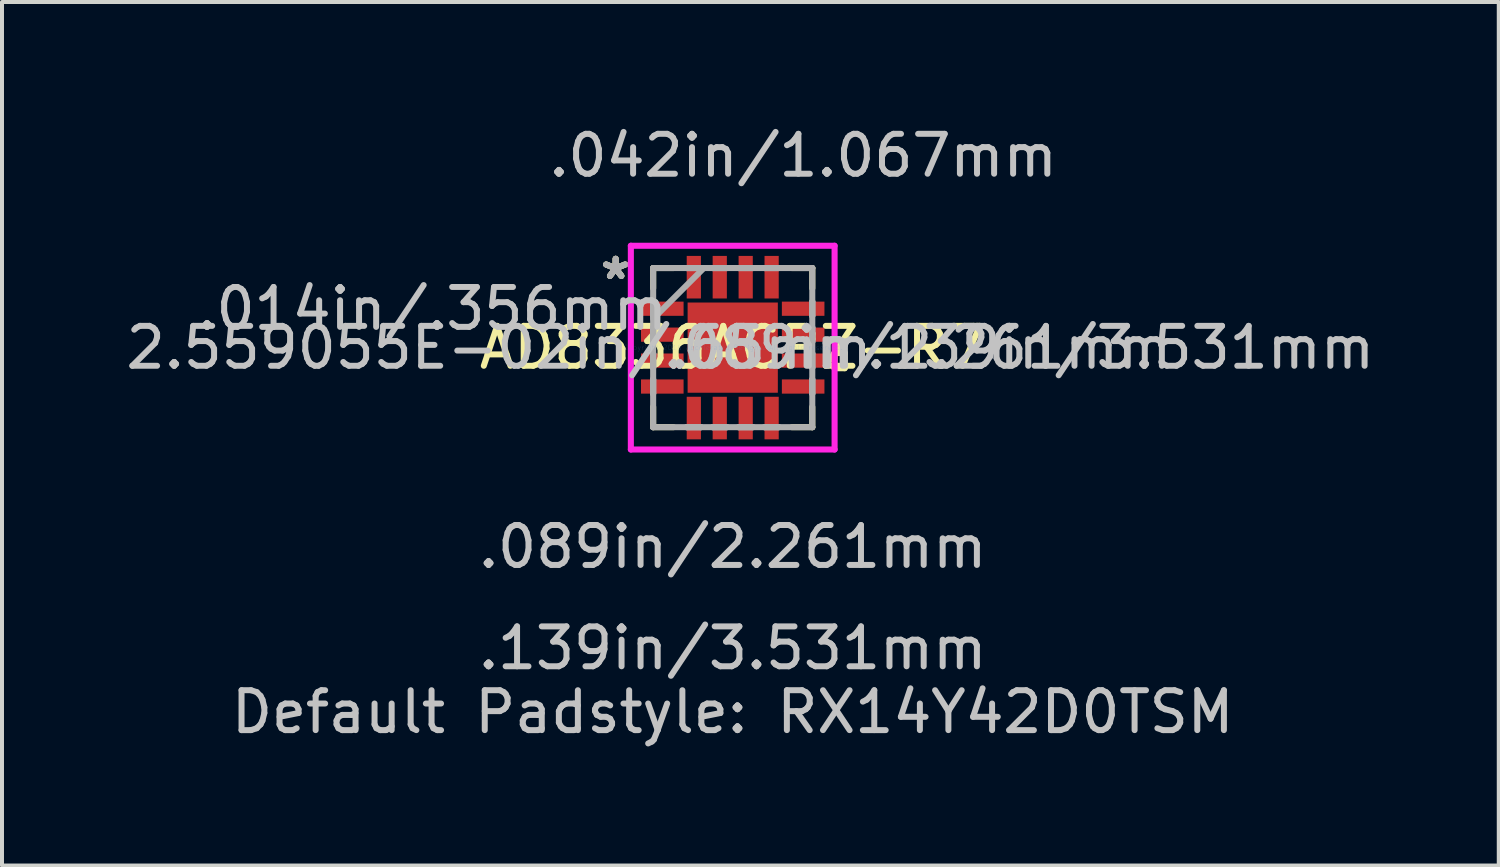
<source format=kicad_pcb>
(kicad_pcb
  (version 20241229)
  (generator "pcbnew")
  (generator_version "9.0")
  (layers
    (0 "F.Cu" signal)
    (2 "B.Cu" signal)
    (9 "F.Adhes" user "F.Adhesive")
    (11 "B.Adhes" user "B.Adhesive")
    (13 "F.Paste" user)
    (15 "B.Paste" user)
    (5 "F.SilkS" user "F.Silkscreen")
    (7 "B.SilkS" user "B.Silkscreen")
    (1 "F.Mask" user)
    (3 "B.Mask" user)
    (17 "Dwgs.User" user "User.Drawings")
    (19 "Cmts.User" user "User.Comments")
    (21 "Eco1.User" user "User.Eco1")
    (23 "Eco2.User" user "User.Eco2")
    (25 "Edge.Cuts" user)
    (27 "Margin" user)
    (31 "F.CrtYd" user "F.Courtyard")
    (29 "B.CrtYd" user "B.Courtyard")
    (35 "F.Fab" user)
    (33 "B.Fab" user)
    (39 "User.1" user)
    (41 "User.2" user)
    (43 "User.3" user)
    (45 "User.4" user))
  (footprint "AD8336ACPZ-R7"
    (layer "F.Cu")
    (at 15.313 5.662)
    (property "Reference" "AD8336ACPZ-R7" (at 0 0 0) (layer "F.SilkS") (effects (font (size 1 1) (thickness 0.15))))
    (attr through_hole)
    (fp_line (start -1.994 -1.994) (end -1.994 -1.486) (stroke (width 0.152) (type solid)) (layer "F.SilkS"))
    (fp_line (start -1.994 1.486) (end -1.994 1.994) (stroke (width 0.152) (type solid)) (layer "F.SilkS"))
    (fp_line (start -1.994 1.994) (end -1.486 1.994) (stroke (width 0.152) (type solid)) (layer "F.SilkS"))
    (fp_line (start -1.486 -1.994) (end -1.994 -1.994) (stroke (width 0.152) (type solid)) (layer "F.SilkS"))
    (fp_line (start 1.486 1.994) (end 1.994 1.994) (stroke (width 0.152) (type solid)) (layer "F.SilkS"))
    (fp_line (start 1.994 -1.994) (end 1.486 -1.994) (stroke (width 0.152) (type solid)) (layer "F.SilkS"))
    (fp_line (start 1.994 -1.486) (end 1.994 -1.994) (stroke (width 0.152) (type solid)) (layer "F.SilkS"))
    (fp_line (start 1.994 1.994) (end 1.994 1.486) (stroke (width 0.152) (type solid)) (layer "F.SilkS"))
    (fp_line (start 2.553 0.135) (end 2.807 0.135) (stroke (width 0.152) (type solid)) (layer "F.SilkS"))
    (fp_line (start 2.553 0.516) (end 2.553 0.135) (stroke (width 0.152) (type solid)) (layer "F.SilkS"))
    (fp_line (start 2.807 0.135) (end 2.807 0.516) (stroke (width 0.152) (type solid)) (layer "F.SilkS"))
    (fp_line (start 2.807 0.516) (end 2.553 0.516) (stroke (width 0.152) (type solid)) (layer "F.SilkS"))
    (fp_line (start -2.553 -2.553) (end 2.553 -2.553) (stroke (width 0.152) (type solid)) (layer "F.CrtYd"))
    (fp_line (start -2.553 2.553) (end -2.553 -2.553) (stroke (width 0.152) (type solid)) (layer "F.CrtYd"))
    (fp_line (start 2.553 -2.553) (end 2.553 2.553) (stroke (width 0.152) (type solid)) (layer "F.CrtYd"))
    (fp_line (start 2.553 2.553) (end -2.553 2.553) (stroke (width 0.152) (type solid)) (layer "F.CrtYd"))
    (fp_line (start -1.994 -1.994) (end -1.994 -1.994) (stroke (width 0.152) (type solid)) (layer "F.Fab"))
    (fp_line (start -1.994 -1.994) (end -1.994 1.994) (stroke (width 0.152) (type solid)) (layer "F.Fab"))
    (fp_line (start -1.994 -1.153) (end -1.994 -1.153) (stroke (width 0.152) (type solid)) (layer "F.Fab"))
    (fp_line (start -1.994 -1.153) (end -1.994 -0.797) (stroke (width 0.152) (type solid)) (layer "F.Fab"))
    (fp_line (start -1.994 -0.797) (end -1.994 -1.153) (stroke (width 0.152) (type solid)) (layer "F.Fab"))
    (fp_line (start -1.994 -0.797) (end -1.994 -0.797) (stroke (width 0.152) (type solid)) (layer "F.Fab"))
    (fp_line (start -1.994 -0.724) (end -0.724 -1.994) (stroke (width 0.152) (type solid)) (layer "F.Fab"))
    (fp_line (start -1.994 -0.503) (end -1.994 -0.503) (stroke (width 0.152) (type solid)) (layer "F.Fab"))
    (fp_line (start -1.994 -0.503) (end -1.994 -0.147) (stroke (width 0.152) (type solid)) (layer "F.Fab"))
    (fp_line (start -1.994 -0.147) (end -1.994 -0.503) (stroke (width 0.152) (type solid)) (layer "F.Fab"))
    (fp_line (start -1.994 -0.147) (end -1.994 -0.147) (stroke (width 0.152) (type solid)) (layer "F.Fab"))
    (fp_line (start -1.994 0.147) (end -1.994 0.147) (stroke (width 0.152) (type solid)) (layer "F.Fab"))
    (fp_line (start -1.994 0.147) (end -1.994 0.503) (stroke (width 0.152) (type solid)) (layer "F.Fab"))
    (fp_line (start -1.994 0.503) (end -1.994 0.147) (stroke (width 0.152) (type solid)) (layer "F.Fab"))
    (fp_line (start -1.994 0.503) (end -1.994 0.503) (stroke (width 0.152) (type solid)) (layer "F.Fab"))
    (fp_line (start -1.994 0.797) (end -1.994 0.797) (stroke (width 0.152) (type solid)) (layer "F.Fab"))
    (fp_line (start -1.994 0.797) (end -1.994 1.153) (stroke (width 0.152) (type solid)) (layer "F.Fab"))
    (fp_line (start -1.994 1.153) (end -1.994 0.797) (stroke (width 0.152) (type solid)) (layer "F.Fab"))
    (fp_line (start -1.994 1.153) (end -1.994 1.153) (stroke (width 0.152) (type solid)) (layer "F.Fab"))
    (fp_line (start -1.994 1.994) (end -1.994 1.994) (stroke (width 0.152) (type solid)) (layer "F.Fab"))
    (fp_line (start -1.994 1.994) (end 1.994 1.994) (stroke (width 0.152) (type solid)) (layer "F.Fab"))
    (fp_line (start -1.153 -1.994) (end -1.153 -1.994) (stroke (width 0.152) (type solid)) (layer "F.Fab"))
    (fp_line (start -1.153 -1.994) (end -0.797 -1.994) (stroke (width 0.152) (type solid)) (layer "F.Fab"))
    (fp_line (start -1.153 1.994) (end -1.153 1.994) (stroke (width 0.152) (type solid)) (layer "F.Fab"))
    (fp_line (start -1.153 1.994) (end -0.797 1.994) (stroke (width 0.152) (type solid)) (layer "F.Fab"))
    (fp_line (start -0.797 -1.994) (end -1.153 -1.994) (stroke (width 0.152) (type solid)) (layer "F.Fab"))
    (fp_line (start -0.797 -1.994) (end -0.797 -1.994) (stroke (width 0.152) (type solid)) (layer "F.Fab"))
    (fp_line (start -0.797 1.994) (end -1.153 1.994) (stroke (width 0.152) (type solid)) (layer "F.Fab"))
    (fp_line (start -0.797 1.994) (end -0.797 1.994) (stroke (width 0.152) (type solid)) (layer "F.Fab"))
    (fp_line (start -0.503 -1.994) (end -0.503 -1.994) (stroke (width 0.152) (type solid)) (layer "F.Fab"))
    (fp_line (start -0.503 -1.994) (end -0.147 -1.994) (stroke (width 0.152) (type solid)) (layer "F.Fab"))
    (fp_line (start -0.503 1.994) (end -0.503 1.994) (stroke (width 0.152) (type solid)) (layer "F.Fab"))
    (fp_line (start -0.503 1.994) (end -0.147 1.994) (stroke (width 0.152) (type solid)) (layer "F.Fab"))
    (fp_line (start -0.147 -1.994) (end -0.503 -1.994) (stroke (width 0.152) (type solid)) (layer "F.Fab"))
    (fp_line (start -0.147 -1.994) (end -0.147 -1.994) (stroke (width 0.152) (type solid)) (layer "F.Fab"))
    (fp_line (start -0.147 1.994) (end -0.503 1.994) (stroke (width 0.152) (type solid)) (layer "F.Fab"))
    (fp_line (start -0.147 1.994) (end -0.147 1.994) (stroke (width 0.152) (type solid)) (layer "F.Fab"))
    (fp_line (start 0.147 -1.994) (end 0.147 -1.994) (stroke (width 0.152) (type solid)) (layer "F.Fab"))
    (fp_line (start 0.147 -1.994) (end 0.503 -1.994) (stroke (width 0.152) (type solid)) (layer "F.Fab"))
    (fp_line (start 0.147 1.994) (end 0.147 1.994) (stroke (width 0.152) (type solid)) (layer "F.Fab"))
    (fp_line (start 0.147 1.994) (end 0.503 1.994) (stroke (width 0.152) (type solid)) (layer "F.Fab"))
    (fp_line (start 0.503 -1.994) (end 0.147 -1.994) (stroke (width 0.152) (type solid)) (layer "F.Fab"))
    (fp_line (start 0.503 -1.994) (end 0.503 -1.994) (stroke (width 0.152) (type solid)) (layer "F.Fab"))
    (fp_line (start 0.503 1.994) (end 0.147 1.994) (stroke (width 0.152) (type solid)) (layer "F.Fab"))
    (fp_line (start 0.503 1.994) (end 0.503 1.994) (stroke (width 0.152) (type solid)) (layer "F.Fab"))
    (fp_line (start 0.797 -1.994) (end 0.797 -1.994) (stroke (width 0.152) (type solid)) (layer "F.Fab"))
    (fp_line (start 0.797 -1.994) (end 1.153 -1.994) (stroke (width 0.152) (type solid)) (layer "F.Fab"))
    (fp_line (start 0.797 1.994) (end 0.797 1.994) (stroke (width 0.152) (type solid)) (layer "F.Fab"))
    (fp_line (start 0.797 1.994) (end 1.153 1.994) (stroke (width 0.152) (type solid)) (layer "F.Fab"))
    (fp_line (start 1.153 -1.994) (end 0.797 -1.994) (stroke (width 0.152) (type solid)) (layer "F.Fab"))
    (fp_line (start 1.153 -1.994) (end 1.153 -1.994) (stroke (width 0.152) (type solid)) (layer "F.Fab"))
    (fp_line (start 1.153 1.994) (end 0.797 1.994) (stroke (width 0.152) (type solid)) (layer "F.Fab"))
    (fp_line (start 1.153 1.994) (end 1.153 1.994) (stroke (width 0.152) (type solid)) (layer "F.Fab"))
    (fp_line (start 1.994 -1.994) (end -1.994 -1.994) (stroke (width 0.152) (type solid)) (layer "F.Fab"))
    (fp_line (start 1.994 -1.994) (end 1.994 -1.994) (stroke (width 0.152) (type solid)) (layer "F.Fab"))
    (fp_line (start 1.994 -1.153) (end 1.994 -1.153) (stroke (width 0.152) (type solid)) (layer "F.Fab"))
    (fp_line (start 1.994 -1.153) (end 1.994 -0.797) (stroke (width 0.152) (type solid)) (layer "F.Fab"))
    (fp_line (start 1.994 -0.797) (end 1.994 -1.153) (stroke (width 0.152) (type solid)) (layer "F.Fab"))
    (fp_line (start 1.994 -0.797) (end 1.994 -0.797) (stroke (width 0.152) (type solid)) (layer "F.Fab"))
    (fp_line (start 1.994 -0.503) (end 1.994 -0.503) (stroke (width 0.152) (type solid)) (layer "F.Fab"))
    (fp_line (start 1.994 -0.503) (end 1.994 -0.147) (stroke (width 0.152) (type solid)) (layer "F.Fab"))
    (fp_line (start 1.994 -0.147) (end 1.994 -0.503) (stroke (width 0.152) (type solid)) (layer "F.Fab"))
    (fp_line (start 1.994 -0.147) (end 1.994 -0.147) (stroke (width 0.152) (type solid)) (layer "F.Fab"))
    (fp_line (start 1.994 0.147) (end 1.994 0.147) (stroke (width 0.152) (type solid)) (layer "F.Fab"))
    (fp_line (start 1.994 0.147) (end 1.994 0.503) (stroke (width 0.152) (type solid)) (layer "F.Fab"))
    (fp_line (start 1.994 0.503) (end 1.994 0.147) (stroke (width 0.152) (type solid)) (layer "F.Fab"))
    (fp_line (start 1.994 0.503) (end 1.994 0.503) (stroke (width 0.152) (type solid)) (layer "F.Fab"))
    (fp_line (start 1.994 0.797) (end 1.994 0.797) (stroke (width 0.152) (type solid)) (layer "F.Fab"))
    (fp_line (start 1.994 0.797) (end 1.994 1.153) (stroke (width 0.152) (type solid)) (layer "F.Fab"))
    (fp_line (start 1.994 1.153) (end 1.994 0.797) (stroke (width 0.152) (type solid)) (layer "F.Fab"))
    (fp_line (start 1.994 1.153) (end 1.994 1.153) (stroke (width 0.152) (type solid)) (layer "F.Fab"))
    (fp_line (start 1.994 1.994) (end 1.994 -1.994) (stroke (width 0.152) (type solid)) (layer "F.Fab"))
    (fp_line (start 1.994 1.994) (end 1.994 1.994) (stroke (width 0.152) (type solid)) (layer "F.Fab"))
    (fp_text user "*" (at -2.934 -1.681 0) (layer "F.SilkS") (effects (font (size 1 1) (thickness 0.15))))
    (fp_text user "*" (at -2.934 -1.681 0) (layer "F.SilkS") (effects (font (size 1 1) (thickness 0.15))))
    (fp_text user ".089in/2.261mm" (at 0 4.991 0) (layer "Dwgs.User") (effects (font (size 1 1) (thickness 0.15))))
    (fp_text user "2.559055E-02in/.65mm" (at -5.855 0 0) (layer "Dwgs.User") (effects (font (size 1 1) (thickness 0.15))))
    (fp_text user ".089in/2.261mm" (at 4.636 0 0) (layer "Dwgs.User") (effects (font (size 1 1) (thickness 0.15))))
    (fp_text user ".014in/.356mm" (at -7.531 -0.975 0) (layer "Dwgs.User") (effects (font (size 1 1) (thickness 0.15))))
    (fp_text user ".042in/1.067mm" (at 1.765 -4.813 0) (layer "Dwgs.User") (effects (font (size 1 1) (thickness 0.15))))
    (fp_text user ".139in/3.531mm" (at 0 7.531 0) (layer "Dwgs.User") (effects (font (size 1 1) (thickness 0.15))))
    (fp_text user ".139in/3.531mm" (at 9.716 0 0) (layer "Dwgs.User") (effects (font (size 1 1) (thickness 0.15))))
    (fp_text user "Default Padstyle: RX14Y42D0TSM" (at 0 9.131 0) (layer "Dwgs.User") (effects (font (size 1 1) (thickness 0.15))))
    (fp_text user "Copyright 2016 Accelerated Designs. All rights reserved." (at 0 0 0) (layer "Cmts.User") (effects (font (size 0.127 0.127) (thickness 0.002))))
    (fp_text user "*" (at -2.934 -1.681 0) (layer "F.Fab") (effects (font (size 1 1) (thickness 0.15))))
    (fp_text user "*" (at -2.934 -1.681 0) (layer "F.Fab") (effects (font (size 1 1) (thickness 0.15))))
    (pad "1" smd rect (at -1.765 -0.975 90) (size 0.356 1.067) (layers "F.Cu" "F.Mask" "F.Paste"))
    (pad "2" smd rect (at -1.765 -0.325 90) (size 0.356 1.067) (layers "F.Cu" "F.Mask" "F.Paste"))
    (pad "3" smd rect (at -1.765 0.325 90) (size 0.356 1.067) (layers "F.Cu" "F.Mask" "F.Paste"))
    (pad "4" smd rect (at -1.765 0.975 90) (size 0.356 1.067) (layers "F.Cu" "F.Mask" "F.Paste"))
    (pad "5" smd rect (at -0.975 1.765) (size 0.356 1.067) (layers "F.Cu" "F.Mask" "F.Paste"))
    (pad "6" smd rect (at -0.325 1.765) (size 0.356 1.067) (layers "F.Cu" "F.Mask" "F.Paste"))
    (pad "7" smd rect (at 0.325 1.765) (size 0.356 1.067) (layers "F.Cu" "F.Mask" "F.Paste"))
    (pad "8" smd rect (at 0.975 1.765) (size 0.356 1.067) (layers "F.Cu" "F.Mask" "F.Paste"))
    (pad "9" smd rect (at 1.765 0.975 90) (size 0.356 1.067) (layers "F.Cu" "F.Mask" "F.Paste"))
    (pad "10" smd rect (at 1.765 0.325 90) (size 0.356 1.067) (layers "F.Cu" "F.Mask" "F.Paste"))
    (pad "11" smd rect (at 1.765 -0.325 90) (size 0.356 1.067) (layers "F.Cu" "F.Mask" "F.Paste"))
    (pad "12" smd rect (at 1.765 -0.975 90) (size 0.356 1.067) (layers "F.Cu" "F.Mask" "F.Paste"))
    (pad "13" smd rect (at 0.975 -1.765) (size 0.356 1.067) (layers "F.Cu" "F.Mask" "F.Paste"))
    (pad "14" smd rect (at 0.325 -1.765) (size 0.356 1.067) (layers "F.Cu" "F.Mask" "F.Paste"))
    (pad "15" smd rect (at -0.325 -1.765) (size 0.356 1.067) (layers "F.Cu" "F.Mask" "F.Paste"))
    (pad "16" smd rect (at -0.975 -1.765) (size 0.356 1.067) (layers "F.Cu" "F.Mask" "F.Paste"))
    (pad "17" smd rect (at 0 0) (size 2.261 2.261) (layers "F.Cu" "F.Mask" "F.Paste")))
  (gr_rect
    (start -3 -3)
    (end 34.511 18.641)
    (stroke (width 0.1) (type default))
    (fill no)
    (layer "Edge.Cuts")))
</source>
